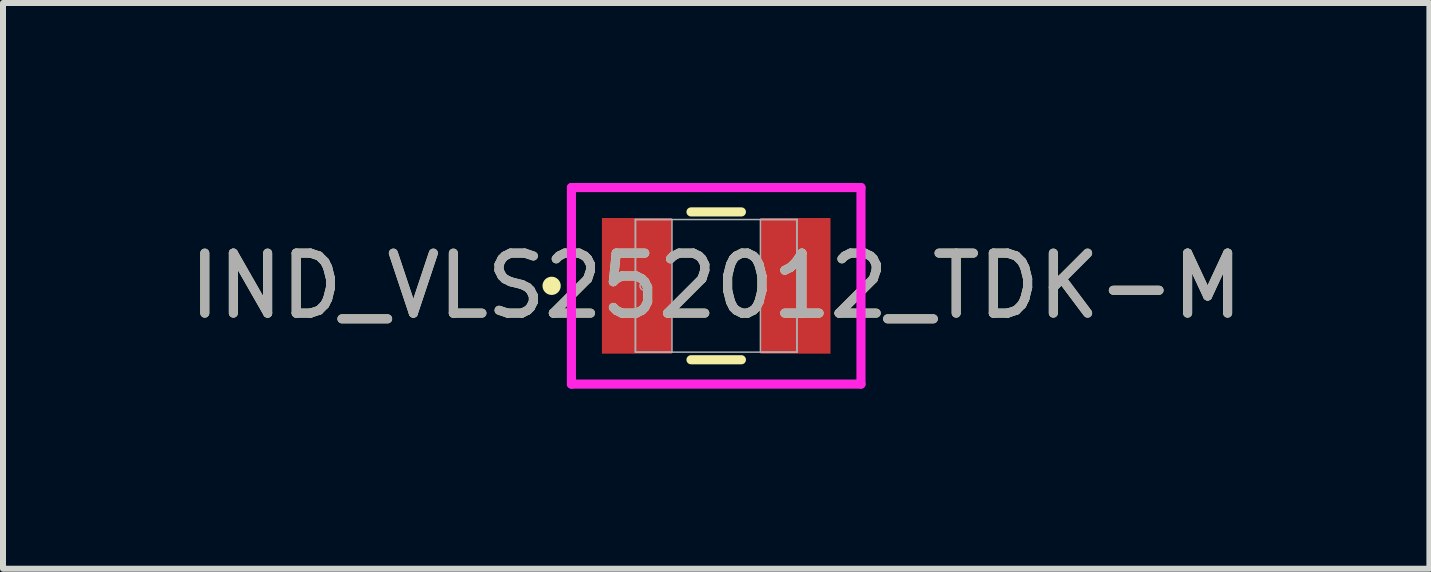
<source format=kicad_pcb>
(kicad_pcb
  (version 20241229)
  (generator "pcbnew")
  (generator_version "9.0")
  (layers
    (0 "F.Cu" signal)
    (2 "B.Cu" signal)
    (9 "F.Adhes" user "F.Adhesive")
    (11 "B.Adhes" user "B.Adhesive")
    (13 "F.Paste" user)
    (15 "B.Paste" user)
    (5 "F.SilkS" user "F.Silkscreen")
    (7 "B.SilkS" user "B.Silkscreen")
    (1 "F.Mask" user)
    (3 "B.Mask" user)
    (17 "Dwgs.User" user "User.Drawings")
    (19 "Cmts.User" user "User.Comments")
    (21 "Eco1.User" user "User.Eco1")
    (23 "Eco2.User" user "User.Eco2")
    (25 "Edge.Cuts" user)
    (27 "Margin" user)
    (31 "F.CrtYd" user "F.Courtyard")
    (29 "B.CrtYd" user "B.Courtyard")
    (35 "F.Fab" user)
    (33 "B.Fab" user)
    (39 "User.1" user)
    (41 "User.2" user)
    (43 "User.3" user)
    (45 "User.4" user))
  (footprint "IND_VLS252012_TDK-M"
    (layer "F.Cu")
    (at 8.887 1.714)
    (property "Reference" "IND_VLS252012_TDK-M" (at 0 0 0) (unlocked yes) (layer "F.SilkS") (effects (font (size 1 1) (thickness 0.15))))
    (attr smd)
    (fp_line (start -0.42 1.232) (end 0.42 1.232) (stroke (width 0.152) (type solid)) (layer "F.SilkS"))
    (fp_line (start 0.42 -1.232) (end -0.42 -1.232) (stroke (width 0.152) (type solid)) (layer "F.SilkS"))
    (fp_circle (center -2.743 0) (end -2.667 0) (stroke (width 0.152) (type solid)) (fill no) (layer "F.SilkS"))
    (fp_line (start -2.413 -1.638) (end 2.413 -1.638) (stroke (width 0.152) (type solid)) (layer "F.CrtYd"))
    (fp_line (start -2.413 1.638) (end -2.413 -1.638) (stroke (width 0.152) (type solid)) (layer "F.CrtYd"))
    (fp_line (start 2.413 -1.638) (end 2.413 1.638) (stroke (width 0.152) (type solid)) (layer "F.CrtYd"))
    (fp_line (start 2.413 1.638) (end -2.413 1.638) (stroke (width 0.152) (type solid)) (layer "F.CrtYd"))
    (fp_line (start -1.346 -1.105) (end -1.346 1.105) (stroke (width 0.025) (type solid)) (layer "F.Fab"))
    (fp_line (start -1.346 -1.105) (end -1.346 1.105) (stroke (width 0.025) (type solid)) (layer "F.Fab"))
    (fp_line (start -1.346 1.105) (end -0.737 1.105) (stroke (width 0.025) (type solid)) (layer "F.Fab"))
    (fp_line (start -1.346 1.105) (end 1.346 1.105) (stroke (width 0.025) (type solid)) (layer "F.Fab"))
    (fp_line (start -0.737 -1.105) (end -1.346 -1.105) (stroke (width 0.025) (type solid)) (layer "F.Fab"))
    (fp_line (start -0.737 1.105) (end -0.737 -1.105) (stroke (width 0.025) (type solid)) (layer "F.Fab"))
    (fp_line (start 0.737 -1.105) (end 0.737 1.105) (stroke (width 0.025) (type solid)) (layer "F.Fab"))
    (fp_line (start 0.737 1.105) (end 1.346 1.105) (stroke (width 0.025) (type solid)) (layer "F.Fab"))
    (fp_line (start 1.346 -1.105) (end -1.346 -1.105) (stroke (width 0.025) (type solid)) (layer "F.Fab"))
    (fp_line (start 1.346 -1.105) (end 0.737 -1.105) (stroke (width 0.025) (type solid)) (layer "F.Fab"))
    (fp_line (start 1.346 1.105) (end 1.346 -1.105) (stroke (width 0.025) (type solid)) (layer "F.Fab"))
    (fp_line (start 1.346 1.105) (end 1.346 -1.105) (stroke (width 0.025) (type solid)) (layer "F.Fab"))
    (fp_circle (center -1.194 0) (end -1.118 0) (stroke (width 0.025) (type solid)) (fill no) (layer "F.Fab"))
    (fp_text user "${REFERENCE}" (at 0 0 0) (unlocked yes) (layer "F.Fab") (effects (font (size 1 1) (thickness 0.15))))
    (pad "1" smd rect (at -1.321 0) (size 1.168 2.261) (layers "F.Cu" "F.Mask" "F.Paste"))
    (pad "2" smd rect (at 1.321 0) (size 1.168 2.261) (layers "F.Cu" "F.Mask" "F.Paste"))
    (zone (net_name "") (layer "F.Cu") (hatch full 0.508) (connect_pads) (min_thickness 0.254) (filled_areas_thickness no) (keepout (tracks not_allowed) (vias not_allowed) (pads allowed) (copperpour not_allowed) (footprints allowed)) (placement (enabled no)) (fill) (polygon (pts (xy 8.201 0.66) (xy 9.573 0.66) (xy 9.573 2.769) (xy 8.201 2.769)))))
  (gr_rect
    (start -3 -3)
    (end 20.774 6.429)
    (stroke (width 0.1) (type default))
    (fill no)
    (layer "Edge.Cuts")))
</source>
